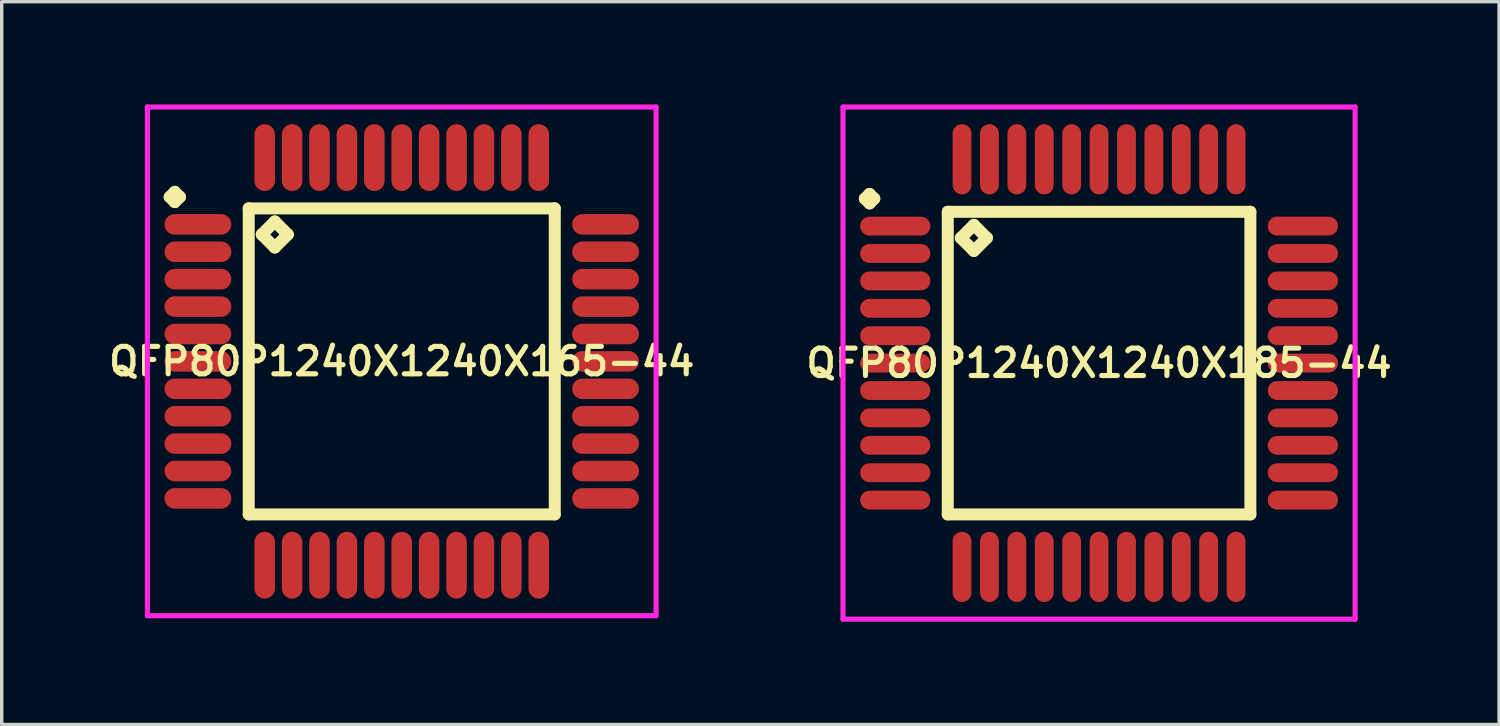
<source format=kicad_pcb>
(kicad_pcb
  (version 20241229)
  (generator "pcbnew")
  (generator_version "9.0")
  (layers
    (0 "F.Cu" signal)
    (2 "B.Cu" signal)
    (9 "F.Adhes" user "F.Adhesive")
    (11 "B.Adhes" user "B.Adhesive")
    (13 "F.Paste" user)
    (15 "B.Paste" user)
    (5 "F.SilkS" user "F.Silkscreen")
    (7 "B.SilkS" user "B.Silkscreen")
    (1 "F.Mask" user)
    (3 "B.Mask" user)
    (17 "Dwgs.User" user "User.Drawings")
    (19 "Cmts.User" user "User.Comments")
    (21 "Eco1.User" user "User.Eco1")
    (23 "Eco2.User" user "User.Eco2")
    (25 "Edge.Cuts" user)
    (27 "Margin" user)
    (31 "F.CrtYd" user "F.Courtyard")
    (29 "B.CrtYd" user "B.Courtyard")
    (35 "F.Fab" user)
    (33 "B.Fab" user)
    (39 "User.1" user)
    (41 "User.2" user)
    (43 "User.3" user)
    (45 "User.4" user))
  (footprint "QFP80P1240X1240X165-44"
    (layer "F.Cu")
    (at 8.678 7.5)
    (property "Reference" "QFP80P1240X1240X165-44" (at 0 0 0) (layer "F.SilkS") (effects (font (size 0.8 0.8) (thickness 0.15))))
    (attr smd)
    (fp_line (start -6.775 -4.8) (end -6.625 -4.95) (stroke (width 0.35) (type solid)) (layer "F.SilkS"))
    (fp_line (start -6.625 -4.95) (end -6.475 -4.8) (stroke (width 0.35) (type solid)) (layer "F.SilkS"))
    (fp_line (start -6.625 -4.65) (end -6.775 -4.8) (stroke (width 0.35) (type solid)) (layer "F.SilkS"))
    (fp_line (start -6.475 -4.8) (end -6.625 -4.65) (stroke (width 0.35) (type solid)) (layer "F.SilkS"))
    (fp_line (start -4.467 -4.467) (end -4.467 4.467) (stroke (width 0.35) (type solid)) (layer "F.SilkS"))
    (fp_line (start -4.467 4.467) (end 4.467 4.467) (stroke (width 0.35) (type solid)) (layer "F.SilkS"))
    (fp_line (start -4.086 -3.705) (end -3.705 -4.086) (stroke (width 0.35) (type solid)) (layer "F.SilkS"))
    (fp_line (start -3.705 -4.086) (end -3.324 -3.705) (stroke (width 0.35) (type solid)) (layer "F.SilkS"))
    (fp_line (start -3.705 -3.324) (end -4.086 -3.705) (stroke (width 0.35) (type solid)) (layer "F.SilkS"))
    (fp_line (start -3.324 -3.705) (end -3.705 -3.324) (stroke (width 0.35) (type solid)) (layer "F.SilkS"))
    (fp_line (start 4.467 -4.467) (end -4.467 -4.467) (stroke (width 0.35) (type solid)) (layer "F.SilkS"))
    (fp_line (start 4.467 4.467) (end 4.467 -4.467) (stroke (width 0.35) (type solid)) (layer "F.SilkS"))
    (fp_line (start -7.425 -7.425) (end 7.425 -7.425) (stroke (width 0.15) (type solid)) (layer "F.CrtYd"))
    (fp_line (start -7.425 7.425) (end -7.425 -7.425) (stroke (width 0.15) (type solid)) (layer "F.CrtYd"))
    (fp_line (start 7.425 -7.425) (end 7.425 7.425) (stroke (width 0.15) (type solid)) (layer "F.CrtYd"))
    (fp_line (start 7.425 7.425) (end -7.425 7.425) (stroke (width 0.15) (type solid)) (layer "F.CrtYd"))
    (pad "1" smd oval (at -5.95 -4) (size 1.95 0.6) (layers "F.Cu" "F.Mask" "F.Paste"))
    (pad "2" smd oval (at -5.95 -3.2) (size 1.95 0.6) (layers "F.Cu" "F.Mask" "F.Paste"))
    (pad "3" smd oval (at -5.95 -2.4) (size 1.95 0.6) (layers "F.Cu" "F.Mask" "F.Paste"))
    (pad "4" smd oval (at -5.95 -1.6) (size 1.95 0.6) (layers "F.Cu" "F.Mask" "F.Paste"))
    (pad "5" smd oval (at -5.95 -0.8) (size 1.95 0.6) (layers "F.Cu" "F.Mask" "F.Paste"))
    (pad "6" smd oval (at -5.95 0) (size 1.95 0.6) (layers "F.Cu" "F.Mask" "F.Paste"))
    (pad "7" smd oval (at -5.95 0.8) (size 1.95 0.6) (layers "F.Cu" "F.Mask" "F.Paste"))
    (pad "8" smd oval (at -5.95 1.6) (size 1.95 0.6) (layers "F.Cu" "F.Mask" "F.Paste"))
    (pad "9" smd oval (at -5.95 2.4) (size 1.95 0.6) (layers "F.Cu" "F.Mask" "F.Paste"))
    (pad "10" smd oval (at -5.95 3.2) (size 1.95 0.6) (layers "F.Cu" "F.Mask" "F.Paste"))
    (pad "11" smd oval (at -5.95 4) (size 1.95 0.6) (layers "F.Cu" "F.Mask" "F.Paste"))
    (pad "12" smd oval (at -4 5.95) (size 0.6 1.95) (layers "F.Cu" "F.Mask" "F.Paste"))
    (pad "13" smd oval (at -3.2 5.95) (size 0.6 1.95) (layers "F.Cu" "F.Mask" "F.Paste"))
    (pad "14" smd oval (at -2.4 5.95) (size 0.6 1.95) (layers "F.Cu" "F.Mask" "F.Paste"))
    (pad "15" smd oval (at -1.6 5.95) (size 0.6 1.95) (layers "F.Cu" "F.Mask" "F.Paste"))
    (pad "16" smd oval (at -0.8 5.95) (size 0.6 1.95) (layers "F.Cu" "F.Mask" "F.Paste"))
    (pad "17" smd oval (at 0 5.95) (size 0.6 1.95) (layers "F.Cu" "F.Mask" "F.Paste"))
    (pad "18" smd oval (at 0.8 5.95) (size 0.6 1.95) (layers "F.Cu" "F.Mask" "F.Paste"))
    (pad "19" smd oval (at 1.6 5.95) (size 0.6 1.95) (layers "F.Cu" "F.Mask" "F.Paste"))
    (pad "20" smd oval (at 2.4 5.95) (size 0.6 1.95) (layers "F.Cu" "F.Mask" "F.Paste"))
    (pad "21" smd oval (at 3.2 5.95) (size 0.6 1.95) (layers "F.Cu" "F.Mask" "F.Paste"))
    (pad "22" smd oval (at 4 5.95) (size 0.6 1.95) (layers "F.Cu" "F.Mask" "F.Paste"))
    (pad "23" smd oval (at 5.95 4) (size 1.95 0.6) (layers "F.Cu" "F.Mask" "F.Paste"))
    (pad "24" smd oval (at 5.95 3.2) (size 1.95 0.6) (layers "F.Cu" "F.Mask" "F.Paste"))
    (pad "25" smd oval (at 5.95 2.4) (size 1.95 0.6) (layers "F.Cu" "F.Mask" "F.Paste"))
    (pad "26" smd oval (at 5.95 1.6) (size 1.95 0.6) (layers "F.Cu" "F.Mask" "F.Paste"))
    (pad "27" smd oval (at 5.95 0.8) (size 1.95 0.6) (layers "F.Cu" "F.Mask" "F.Paste"))
    (pad "28" smd oval (at 5.95 0) (size 1.95 0.6) (layers "F.Cu" "F.Mask" "F.Paste"))
    (pad "29" smd oval (at 5.95 -0.8) (size 1.95 0.6) (layers "F.Cu" "F.Mask" "F.Paste"))
    (pad "30" smd oval (at 5.95 -1.6) (size 1.95 0.6) (layers "F.Cu" "F.Mask" "F.Paste"))
    (pad "31" smd oval (at 5.95 -2.4) (size 1.95 0.6) (layers "F.Cu" "F.Mask" "F.Paste"))
    (pad "32" smd oval (at 5.95 -3.2) (size 1.95 0.6) (layers "F.Cu" "F.Mask" "F.Paste"))
    (pad "33" smd oval (at 5.95 -4) (size 1.95 0.6) (layers "F.Cu" "F.Mask" "F.Paste"))
    (pad "34" smd oval (at 4 -5.95) (size 0.6 1.95) (layers "F.Cu" "F.Mask" "F.Paste"))
    (pad "35" smd oval (at 3.2 -5.95) (size 0.6 1.95) (layers "F.Cu" "F.Mask" "F.Paste"))
    (pad "36" smd oval (at 2.4 -5.95) (size 0.6 1.95) (layers "F.Cu" "F.Mask" "F.Paste"))
    (pad "37" smd oval (at 1.6 -5.95) (size 0.6 1.95) (layers "F.Cu" "F.Mask" "F.Paste"))
    (pad "38" smd oval (at 0.8 -5.95) (size 0.6 1.95) (layers "F.Cu" "F.Mask" "F.Paste"))
    (pad "39" smd oval (at 0 -5.95) (size 0.6 1.95) (layers "F.Cu" "F.Mask" "F.Paste"))
    (pad "40" smd oval (at -0.8 -5.95) (size 0.6 1.95) (layers "F.Cu" "F.Mask" "F.Paste"))
    (pad "41" smd oval (at -1.6 -5.95) (size 0.6 1.95) (layers "F.Cu" "F.Mask" "F.Paste"))
    (pad "42" smd oval (at -2.4 -5.95) (size 0.6 1.95) (layers "F.Cu" "F.Mask" "F.Paste"))
    (pad "43" smd oval (at -3.2 -5.95) (size 0.6 1.95) (layers "F.Cu" "F.Mask" "F.Paste"))
    (pad "44" smd oval (at -4 -5.95) (size 0.6 1.95) (layers "F.Cu" "F.Mask" "F.Paste")))
  (footprint "QFP80P1240X1240X185-44"
    (layer "F.Cu")
    (at 29.035 7.55)
    (property "Reference" "QFP80P1240X1240X185-44" (at 0 0 0) (layer "F.SilkS") (effects (font (size 0.8 0.8) (thickness 0.15))))
    (attr through_hole)
    (fp_line (start -6.838 -4.8) (end -6.7 -4.938) (stroke (width 0.35) (type solid)) (layer "F.SilkS"))
    (fp_line (start -6.7 -4.938) (end -6.562 -4.8) (stroke (width 0.35) (type solid)) (layer "F.SilkS"))
    (fp_line (start -6.7 -4.662) (end -6.838 -4.8) (stroke (width 0.35) (type solid)) (layer "F.SilkS"))
    (fp_line (start -6.562 -4.8) (end -6.7 -4.662) (stroke (width 0.35) (type solid)) (layer "F.SilkS"))
    (fp_line (start -4.417 -4.417) (end -4.417 4.417) (stroke (width 0.35) (type solid)) (layer "F.SilkS"))
    (fp_line (start -4.417 4.417) (end 4.417 4.417) (stroke (width 0.35) (type solid)) (layer "F.SilkS"))
    (fp_line (start -4.036 -3.655) (end -3.655 -4.036) (stroke (width 0.35) (type solid)) (layer "F.SilkS"))
    (fp_line (start -3.655 -4.036) (end -3.274 -3.655) (stroke (width 0.35) (type solid)) (layer "F.SilkS"))
    (fp_line (start -3.655 -3.274) (end -4.036 -3.655) (stroke (width 0.35) (type solid)) (layer "F.SilkS"))
    (fp_line (start -3.274 -3.655) (end -3.655 -3.274) (stroke (width 0.35) (type solid)) (layer "F.SilkS"))
    (fp_line (start 4.417 -4.417) (end -4.417 -4.417) (stroke (width 0.35) (type solid)) (layer "F.SilkS"))
    (fp_line (start 4.417 4.417) (end 4.417 -4.417) (stroke (width 0.35) (type solid)) (layer "F.SilkS"))
    (fp_line (start -7.475 -7.475) (end 7.475 -7.475) (stroke (width 0.15) (type solid)) (layer "F.CrtYd"))
    (fp_line (start -7.475 7.475) (end -7.475 -7.475) (stroke (width 0.15) (type solid)) (layer "F.CrtYd"))
    (fp_line (start 7.475 -7.475) (end 7.475 7.475) (stroke (width 0.15) (type solid)) (layer "F.CrtYd"))
    (fp_line (start 7.475 7.475) (end -7.475 7.475) (stroke (width 0.15) (type solid)) (layer "F.CrtYd"))
    (pad "1" smd oval (at -5.95 -4) (size 2.05 0.55) (layers "F.Cu" "F.Mask" "F.Paste"))
    (pad "2" smd oval (at -5.95 -3.2) (size 2.05 0.55) (layers "F.Cu" "F.Mask" "F.Paste"))
    (pad "3" smd oval (at -5.95 -2.4) (size 2.05 0.55) (layers "F.Cu" "F.Mask" "F.Paste"))
    (pad "4" smd oval (at -5.95 -1.6) (size 2.05 0.55) (layers "F.Cu" "F.Mask" "F.Paste"))
    (pad "5" smd oval (at -5.95 -0.8) (size 2.05 0.55) (layers "F.Cu" "F.Mask" "F.Paste"))
    (pad "6" smd oval (at -5.95 0) (size 2.05 0.55) (layers "F.Cu" "F.Mask" "F.Paste"))
    (pad "7" smd oval (at -5.95 0.8) (size 2.05 0.55) (layers "F.Cu" "F.Mask" "F.Paste"))
    (pad "8" smd oval (at -5.95 1.6) (size 2.05 0.55) (layers "F.Cu" "F.Mask" "F.Paste"))
    (pad "9" smd oval (at -5.95 2.4) (size 2.05 0.55) (layers "F.Cu" "F.Mask" "F.Paste"))
    (pad "10" smd oval (at -5.95 3.2) (size 2.05 0.55) (layers "F.Cu" "F.Mask" "F.Paste"))
    (pad "11" smd oval (at -5.95 4) (size 2.05 0.55) (layers "F.Cu" "F.Mask" "F.Paste"))
    (pad "12" smd oval (at -4 5.95) (size 0.55 2.05) (layers "F.Cu" "F.Mask" "F.Paste"))
    (pad "13" smd oval (at -3.2 5.95) (size 0.55 2.05) (layers "F.Cu" "F.Mask" "F.Paste"))
    (pad "14" smd oval (at -2.4 5.95) (size 0.55 2.05) (layers "F.Cu" "F.Mask" "F.Paste"))
    (pad "15" smd oval (at -1.6 5.95) (size 0.55 2.05) (layers "F.Cu" "F.Mask" "F.Paste"))
    (pad "16" smd oval (at -0.8 5.95) (size 0.55 2.05) (layers "F.Cu" "F.Mask" "F.Paste"))
    (pad "17" smd oval (at 0 5.95) (size 0.55 2.05) (layers "F.Cu" "F.Mask" "F.Paste"))
    (pad "18" smd oval (at 0.8 5.95) (size 0.55 2.05) (layers "F.Cu" "F.Mask" "F.Paste"))
    (pad "19" smd oval (at 1.6 5.95) (size 0.55 2.05) (layers "F.Cu" "F.Mask" "F.Paste"))
    (pad "20" smd oval (at 2.4 5.95) (size 0.55 2.05) (layers "F.Cu" "F.Mask" "F.Paste"))
    (pad "21" smd oval (at 3.2 5.95) (size 0.55 2.05) (layers "F.Cu" "F.Mask" "F.Paste"))
    (pad "22" smd oval (at 4 5.95) (size 0.55 2.05) (layers "F.Cu" "F.Mask" "F.Paste"))
    (pad "23" smd oval (at 5.95 4) (size 2.05 0.55) (layers "F.Cu" "F.Mask" "F.Paste"))
    (pad "24" smd oval (at 5.95 3.2) (size 2.05 0.55) (layers "F.Cu" "F.Mask" "F.Paste"))
    (pad "25" smd oval (at 5.95 2.4) (size 2.05 0.55) (layers "F.Cu" "F.Mask" "F.Paste"))
    (pad "26" smd oval (at 5.95 1.6) (size 2.05 0.55) (layers "F.Cu" "F.Mask" "F.Paste"))
    (pad "27" smd oval (at 5.95 0.8) (size 2.05 0.55) (layers "F.Cu" "F.Mask" "F.Paste"))
    (pad "28" smd oval (at 5.95 0) (size 2.05 0.55) (layers "F.Cu" "F.Mask" "F.Paste"))
    (pad "29" smd oval (at 5.95 -0.8) (size 2.05 0.55) (layers "F.Cu" "F.Mask" "F.Paste"))
    (pad "30" smd oval (at 5.95 -1.6) (size 2.05 0.55) (layers "F.Cu" "F.Mask" "F.Paste"))
    (pad "31" smd oval (at 5.95 -2.4) (size 2.05 0.55) (layers "F.Cu" "F.Mask" "F.Paste"))
    (pad "32" smd oval (at 5.95 -3.2) (size 2.05 0.55) (layers "F.Cu" "F.Mask" "F.Paste"))
    (pad "33" smd oval (at 5.95 -4) (size 2.05 0.55) (layers "F.Cu" "F.Mask" "F.Paste"))
    (pad "34" smd oval (at 4 -5.95) (size 0.55 2.05) (layers "F.Cu" "F.Mask" "F.Paste"))
    (pad "35" smd oval (at 3.2 -5.95) (size 0.55 2.05) (layers "F.Cu" "F.Mask" "F.Paste"))
    (pad "36" smd oval (at 2.4 -5.95) (size 0.55 2.05) (layers "F.Cu" "F.Mask" "F.Paste"))
    (pad "37" smd oval (at 1.6 -5.95) (size 0.55 2.05) (layers "F.Cu" "F.Mask" "F.Paste"))
    (pad "38" smd oval (at 0.8 -5.95) (size 0.55 2.05) (layers "F.Cu" "F.Mask" "F.Paste"))
    (pad "39" smd oval (at 0 -5.95) (size 0.55 2.05) (layers "F.Cu" "F.Mask" "F.Paste"))
    (pad "40" smd oval (at -0.8 -5.95) (size 0.55 2.05) (layers "F.Cu" "F.Mask" "F.Paste"))
    (pad "41" smd oval (at -1.6 -5.95) (size 0.55 2.05) (layers "F.Cu" "F.Mask" "F.Paste"))
    (pad "42" smd oval (at -2.4 -5.95) (size 0.55 2.05) (layers "F.Cu" "F.Mask" "F.Paste"))
    (pad "43" smd oval (at -3.2 -5.95) (size 0.55 2.05) (layers "F.Cu" "F.Mask" "F.Paste"))
    (pad "44" smd oval (at -4 -5.95) (size 0.55 2.05) (layers "F.Cu" "F.Mask" "F.Paste")))
  (gr_rect
    (start -3 -3)
    (end 40.713 18.1)
    (stroke (width 0.1) (type default))
    (fill no)
    (layer "Edge.Cuts")))
</source>
